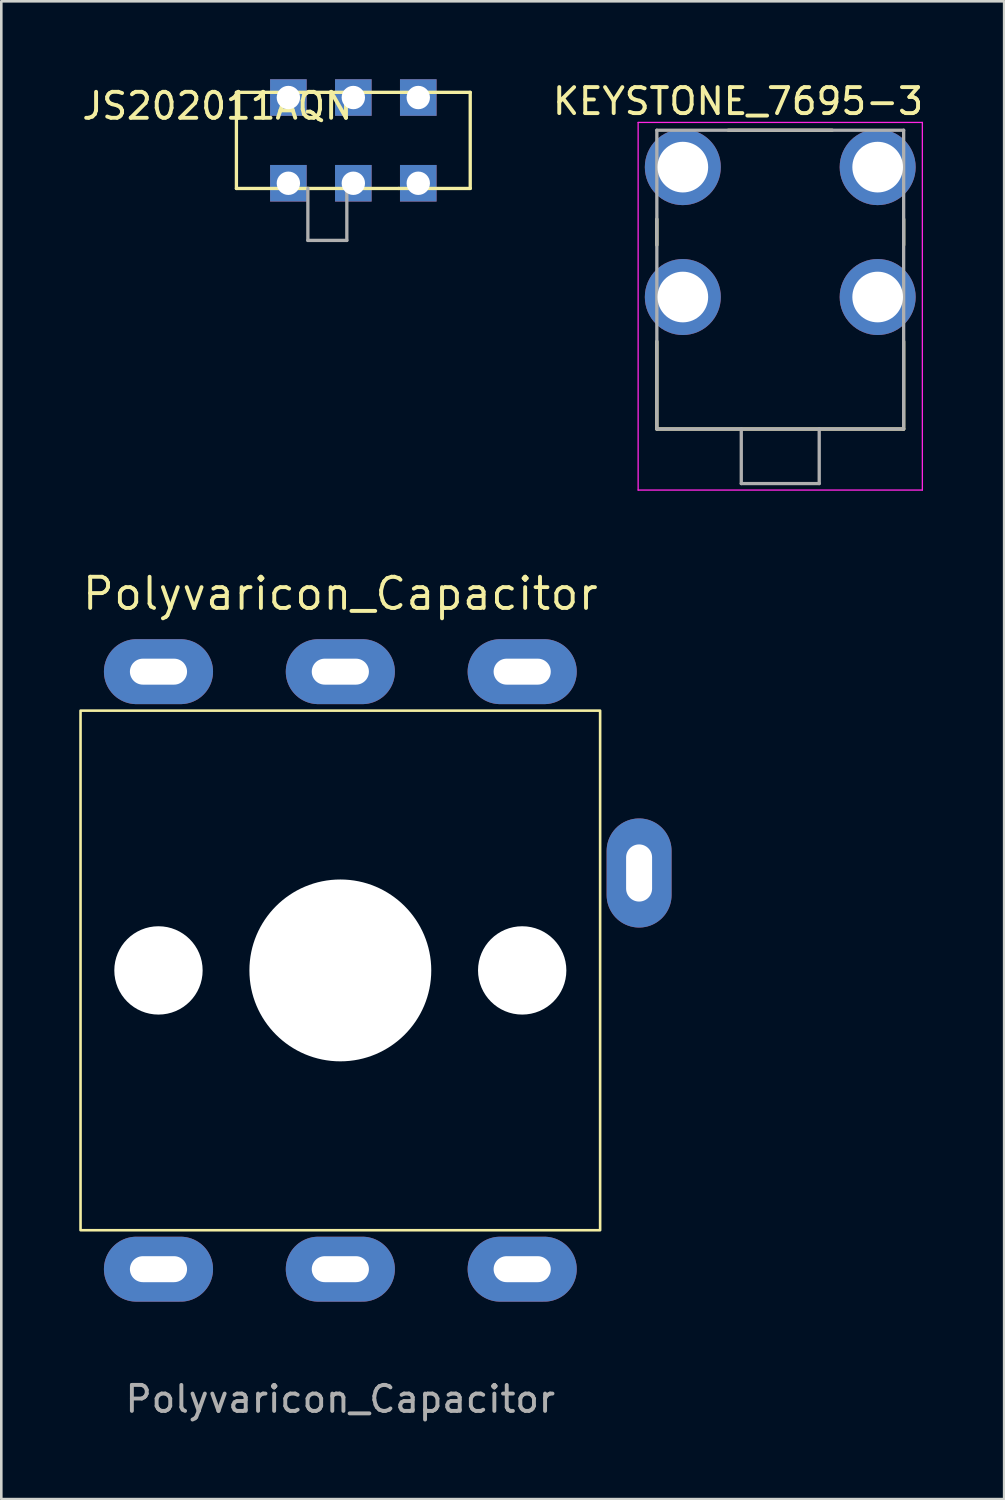
<source format=kicad_pcb>
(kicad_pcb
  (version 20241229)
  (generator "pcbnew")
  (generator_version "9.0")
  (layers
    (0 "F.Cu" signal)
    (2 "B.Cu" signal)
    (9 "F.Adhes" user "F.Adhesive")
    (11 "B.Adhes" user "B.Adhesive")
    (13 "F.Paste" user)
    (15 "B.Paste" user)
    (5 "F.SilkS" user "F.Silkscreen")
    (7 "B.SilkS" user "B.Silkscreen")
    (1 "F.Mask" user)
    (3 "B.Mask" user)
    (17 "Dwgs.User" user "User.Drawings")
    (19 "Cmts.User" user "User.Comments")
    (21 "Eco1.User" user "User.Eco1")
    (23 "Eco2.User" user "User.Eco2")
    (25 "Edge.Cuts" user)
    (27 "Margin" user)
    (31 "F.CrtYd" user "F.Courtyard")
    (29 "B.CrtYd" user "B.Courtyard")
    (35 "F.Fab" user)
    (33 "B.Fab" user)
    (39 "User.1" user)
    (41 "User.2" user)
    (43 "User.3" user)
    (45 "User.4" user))
  (footprint "Polyvaricon_Capacitor"
    (layer "F.Cu")
    (at 10.05 34.303)
    (property "Reference" "Polyvaricon_Capacitor" (at 0 -14.5 0) (unlocked yes) (layer "F.SilkS") (effects (font (size 1.2 1.2) (thickness 0.15))))
    (attr smd)
    (fp_rect (start -10 -10) (end 10 10) (stroke (width 0.1) (type default)) (fill no) (layer "F.SilkS"))
    (fp_text user "${REFERENCE}" (at 0 16.5 0) (unlocked yes) (layer "F.Fab") (effects (font (size 1 1) (thickness 0.15))))
    (pad "" np_thru_hole circle (at -7 0) (size 3.4 3.4) (drill 3.4) (layers "*.Cu" "*.Mask"))
    (pad "" np_thru_hole circle (at 0 0) (size 7 7) (drill 7) (layers "*.Cu" "*.Mask"))
    (pad "" np_thru_hole circle (at 7 0) (size 3.4 3.4) (drill 3.4) (layers "*.Cu" "*.Mask"))
    (pad "1" thru_hole oval (at -7 -11.5) (size 4.2 2.5) (drill oval 2.2 1) (layers "*.Cu" "*.Mask"))
    (pad "2" thru_hole oval (at 0 -11.5) (size 4.2 2.5) (drill oval 2.2 1) (layers "*.Cu" "*.Mask"))
    (pad "3" thru_hole oval (at 7 -11.5) (size 4.2 2.5) (drill oval 2.2 1) (layers "*.Cu" "*.Mask"))
    (pad "4" thru_hole oval (at -7 11.5) (size 4.2 2.5) (drill oval 2.2 1) (layers "*.Cu" "*.Mask"))
    (pad "5" thru_hole oval (at 0 11.5) (size 4.2 2.5) (drill oval 2.2 1) (layers "*.Cu" "*.Mask"))
    (pad "6" thru_hole oval (at 7 11.5) (size 4.2 2.5) (drill oval 2.2 1) (layers "*.Cu" "*.Mask"))
    (pad "7" thru_hole oval (at 11.5 -3.75 90) (size 4.2 2.5) (drill oval 2.2 1) (layers "*.Cu" "*.Mask")))
  (footprint "KEYSTONE_7695-3"
    (layer "F.Cu")
    (at 26.983 5.883)
    (property "Reference" "KEYSTONE_7695-3" (at -1.625 -5.035 0) (layer "F.SilkS") (effects (font (size 1 1) (thickness 0.15))))
    (attr through_hole)
    (fp_line (start -4.75 -0.5) (end -4.75 0.5) (stroke (width 0.127) (type solid)) (layer "F.SilkS"))
    (fp_line (start -4.75 4.21) (end -4.75 7.58) (stroke (width 0.127) (type solid)) (layer "F.SilkS"))
    (fp_line (start -4.75 7.58) (end 4.75 7.58) (stroke (width 0.127) (type solid)) (layer "F.SilkS"))
    (fp_line (start -2 -3.92) (end 2 -3.92) (stroke (width 0.127) (type solid)) (layer "F.SilkS"))
    (fp_line (start 4.75 -0.5) (end 4.75 0.5) (stroke (width 0.127) (type solid)) (layer "F.SilkS"))
    (fp_line (start 4.75 7.58) (end 4.75 4.21) (stroke (width 0.127) (type solid)) (layer "F.SilkS"))
    (fp_line (start -5.47 -4.22) (end -5.47 9.93) (stroke (width 0.05) (type solid)) (layer "F.CrtYd"))
    (fp_line (start -5.47 9.93) (end 5.47 9.93) (stroke (width 0.05) (type solid)) (layer "F.CrtYd"))
    (fp_line (start 5.47 -4.22) (end -5.47 -4.22) (stroke (width 0.05) (type solid)) (layer "F.CrtYd"))
    (fp_line (start 5.47 9.93) (end 5.47 -4.22) (stroke (width 0.05) (type solid)) (layer "F.CrtYd"))
    (fp_line (start -4.75 -3.92) (end -4.75 7.58) (stroke (width 0.127) (type solid)) (layer "F.Fab"))
    (fp_line (start -4.75 7.58) (end -1.5 7.58) (stroke (width 0.127) (type solid)) (layer "F.Fab"))
    (fp_line (start -1.5 7.58) (end -1.5 9.68) (stroke (width 0.127) (type solid)) (layer "F.Fab"))
    (fp_line (start -1.5 7.58) (end 1.5 7.58) (stroke (width 0.127) (type solid)) (layer "F.Fab"))
    (fp_line (start -1.5 9.68) (end 1.5 9.68) (stroke (width 0.127) (type solid)) (layer "F.Fab"))
    (fp_line (start 1.5 7.58) (end 1.5 9.68) (stroke (width 0.127) (type solid)) (layer "F.Fab"))
    (fp_line (start 1.5 7.58) (end 4.75 7.58) (stroke (width 0.127) (type solid)) (layer "F.Fab"))
    (fp_line (start 4.75 -3.92) (end -4.75 -3.92) (stroke (width 0.127) (type solid)) (layer "F.Fab"))
    (fp_line (start 4.75 7.58) (end 4.75 -3.92) (stroke (width 0.127) (type solid)) (layer "F.Fab"))
    (pad "1" thru_hole circle (at -3.75 -2.5) (size 2.925 2.925) (drill 1.95) (layers "*.Cu" "*.Mask"))
    (pad "2" thru_hole circle (at 3.75 -2.5) (size 2.925 2.925) (drill 1.95) (layers "*.Cu" "*.Mask"))
    (pad "3" thru_hole circle (at -3.75 2.5) (size 2.925 2.925) (drill 1.95) (layers "*.Cu" "*.Mask"))
    (pad "4" thru_hole circle (at 3.75 2.5) (size 2.925 2.925) (drill 1.95) (layers "*.Cu" "*.Mask")))
  (footprint "JS202011AQN"
    (layer "F.Cu")
    (at 10.55 2.354)
    (property "Reference" "JS202011AQN" (at -5.235 -1.325 180) (layer "F.SilkS") (effects (font (size 1 1) (thickness 0.15))))
    (attr through_hole)
    (fp_line (start -4.5 -1.85) (end 4.5 -1.85) (stroke (width 0.127) (type solid)) (layer "F.SilkS"))
    (fp_line (start -4.5 1.85) (end -4.5 -1.85) (stroke (width 0.127) (type solid)) (layer "F.SilkS"))
    (fp_line (start -1.75 1.85) (end -4.5 1.85) (stroke (width 0.127) (type solid)) (layer "F.SilkS"))
    (fp_line (start -0.25 1.85) (end -1.75 1.85) (stroke (width 0.127) (type solid)) (layer "F.SilkS"))
    (fp_line (start 0.25 1.85) (end -0.25 1.85) (stroke (width 0.127) (type solid)) (layer "F.SilkS"))
    (fp_line (start 1.75 1.85) (end 0.25 1.85) (stroke (width 0.127) (type solid)) (layer "F.SilkS"))
    (fp_line (start 4.5 -1.85) (end 4.5 1.85) (stroke (width 0.127) (type solid)) (layer "F.SilkS"))
    (fp_line (start 4.5 1.85) (end 1.75 1.85) (stroke (width 0.127) (type solid)) (layer "F.SilkS"))
    (fp_line (start -1.75 3.85) (end -1.75 1.85) (stroke (width 0.127) (type solid)) (layer "F.Fab"))
    (fp_line (start -1.75 3.85) (end -0.25 3.85) (stroke (width 0.127) (type solid)) (layer "F.Fab"))
    (fp_line (start -0.25 3.85) (end -0.25 1.85) (stroke (width 0.127) (type solid)) (layer "F.Fab"))
    (pad "1" thru_hole rect (at -2.5 1.65) (size 1.408 1.408) (drill 0.9) (layers "*.Cu" "*.Mask"))
    (pad "2" thru_hole rect (at 0 1.65) (size 1.408 1.408) (drill 0.9) (layers "*.Cu" "*.Mask"))
    (pad "3" thru_hole rect (at 2.5 1.65) (size 1.408 1.408) (drill 0.9) (layers "*.Cu" "*.Mask"))
    (pad "4" thru_hole rect (at -2.5 -1.65) (size 1.408 1.408) (drill 0.9) (layers "*.Cu" "*.Mask"))
    (pad "5" thru_hole rect (at 0 -1.65) (size 1.408 1.408) (drill 0.9) (layers "*.Cu" "*.Mask"))
    (pad "6" thru_hole rect (at 2.5 -1.65) (size 1.408 1.408) (drill 0.9) (layers "*.Cu" "*.Mask")))
  (gr_rect
    (start -3 -3)
    (end 35.602 54.652)
    (stroke (width 0.1) (type default))
    (fill no)
    (layer "Edge.Cuts")))
</source>
